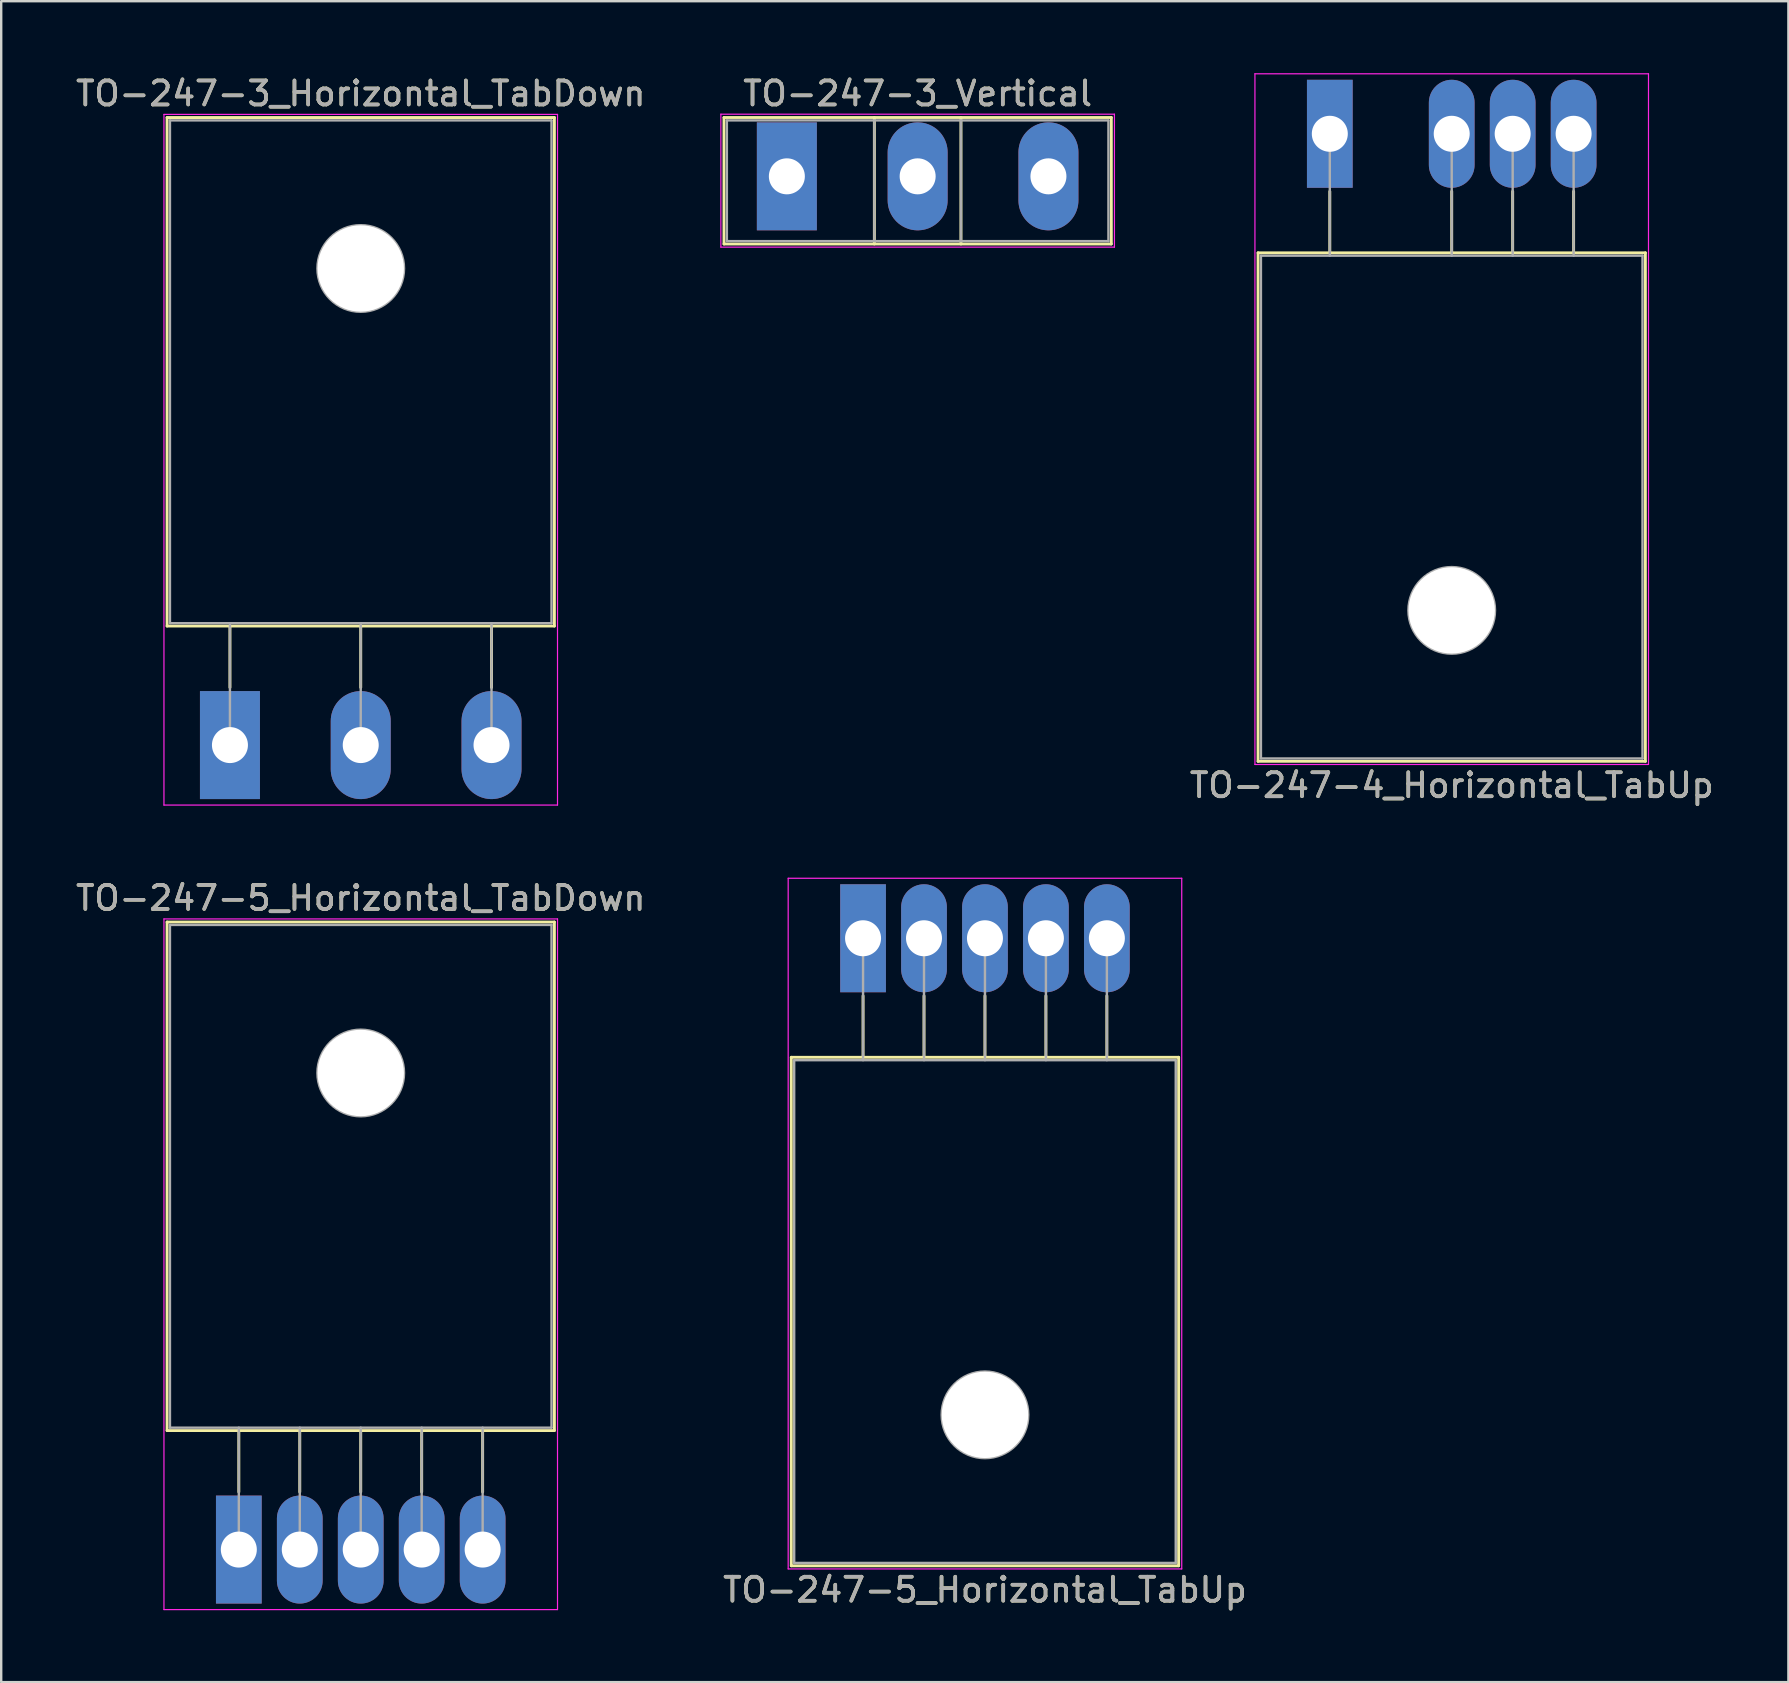
<source format=kicad_pcb>
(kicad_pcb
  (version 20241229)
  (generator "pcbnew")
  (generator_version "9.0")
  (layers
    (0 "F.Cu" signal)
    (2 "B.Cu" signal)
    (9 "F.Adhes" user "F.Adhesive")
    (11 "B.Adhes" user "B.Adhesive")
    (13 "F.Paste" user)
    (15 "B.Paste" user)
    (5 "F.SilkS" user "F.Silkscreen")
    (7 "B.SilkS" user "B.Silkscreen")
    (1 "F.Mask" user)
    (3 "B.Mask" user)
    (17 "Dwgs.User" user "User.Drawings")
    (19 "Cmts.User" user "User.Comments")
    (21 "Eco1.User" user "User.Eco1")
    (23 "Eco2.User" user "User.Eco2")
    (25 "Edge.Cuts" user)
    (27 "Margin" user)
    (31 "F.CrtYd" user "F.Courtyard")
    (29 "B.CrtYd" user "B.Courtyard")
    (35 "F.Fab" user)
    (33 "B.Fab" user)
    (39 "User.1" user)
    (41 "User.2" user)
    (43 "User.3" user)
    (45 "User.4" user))
  (footprint "TO-247-3_Horizontal_TabDown"
    (layer "F.Cu")
    (at 6.532 27.998)
    (property "Reference" "TO-247-3_Horizontal_TabDown" (at 5.45 -27.15 0) (layer "F.SilkS") (effects (font (size 1 1) (thickness 0.15))))
    (attr through_hole)
    (fp_line (start -2.62 -26.15) (end -2.62 -4.96) (stroke (width 0.12) (type solid)) (layer "F.SilkS"))
    (fp_line (start -2.62 -26.15) (end 13.52 -26.15) (stroke (width 0.12) (type solid)) (layer "F.SilkS"))
    (fp_line (start -2.62 -4.96) (end 13.52 -4.96) (stroke (width 0.12) (type solid)) (layer "F.SilkS"))
    (fp_line (start 0 -4.96) (end 0 -2.4) (stroke (width 0.12) (type solid)) (layer "F.SilkS"))
    (fp_line (start 5.45 -4.96) (end 5.45 -2.4) (stroke (width 0.12) (type solid)) (layer "F.SilkS"))
    (fp_line (start 10.9 -4.96) (end 10.9 -2.4) (stroke (width 0.12) (type solid)) (layer "F.SilkS"))
    (fp_line (start 13.52 -26.15) (end 13.52 -4.96) (stroke (width 0.12) (type solid)) (layer "F.SilkS"))
    (fp_line (start -2.75 -26.28) (end -2.75 2.5) (stroke (width 0.05) (type solid)) (layer "F.CrtYd"))
    (fp_line (start -2.75 2.5) (end 13.65 2.5) (stroke (width 0.05) (type solid)) (layer "F.CrtYd"))
    (fp_line (start 13.65 -26.28) (end -2.75 -26.28) (stroke (width 0.05) (type solid)) (layer "F.CrtYd"))
    (fp_line (start 13.65 2.5) (end 13.65 -26.28) (stroke (width 0.05) (type solid)) (layer "F.CrtYd"))
    (fp_line (start -2.5 -26.03) (end 13.4 -26.03) (stroke (width 0.1) (type solid)) (layer "F.Fab"))
    (fp_line (start -2.5 -5.08) (end -2.5 -26.03) (stroke (width 0.1) (type solid)) (layer "F.Fab"))
    (fp_line (start 0 -5.08) (end 0 0) (stroke (width 0.1) (type solid)) (layer "F.Fab"))
    (fp_line (start 5.45 -5.08) (end 5.45 0) (stroke (width 0.1) (type solid)) (layer "F.Fab"))
    (fp_line (start 10.9 -5.08) (end 10.9 0) (stroke (width 0.1) (type solid)) (layer "F.Fab"))
    (fp_line (start 13.4 -26.03) (end 13.4 -5.08) (stroke (width 0.1) (type solid)) (layer "F.Fab"))
    (fp_line (start 13.4 -5.08) (end -2.5 -5.08) (stroke (width 0.1) (type solid)) (layer "F.Fab"))
    (fp_circle (center 5.45 -19.86) (end 7.255 -19.86) (stroke (width 0.1) (type solid)) (fill no) (layer "F.Fab"))
    (fp_text user "${REFERENCE}" (at 5.45 -27.15 0) (layer "F.Fab") (effects (font (size 1 1) (thickness 0.15))))
    (pad "" np_thru_hole oval (at 5.45 -19.86) (size 3.6 3.6) (drill 3.6) (layers "*.Cu" "*.Mask"))
    (pad "1" thru_hole rect (at 0 0) (size 2.5 4.5) (drill 1.5) (layers "*.Cu" "*.Mask"))
    (pad "2" thru_hole oval (at 5.45 0) (size 2.5 4.5) (drill 1.5) (layers "*.Cu" "*.Mask"))
    (pad "3" thru_hole oval (at 10.9 0) (size 2.5 4.5) (drill 1.5) (layers "*.Cu" "*.Mask")))
  (footprint "TO-247-5_Horizontal_TabDown"
    (layer "F.Cu")
    (at 6.902 61.522)
    (property "Reference" "TO-247-5_Horizontal_TabDown" (at 5.08 -27.15 0) (layer "F.SilkS") (effects (font (size 1 1) (thickness 0.15))))
    (attr through_hole)
    (fp_line (start -2.99 -26.15) (end -2.99 -4.96) (stroke (width 0.12) (type solid)) (layer "F.SilkS"))
    (fp_line (start -2.99 -26.15) (end 13.15 -26.15) (stroke (width 0.12) (type solid)) (layer "F.SilkS"))
    (fp_line (start -2.99 -4.96) (end 13.15 -4.96) (stroke (width 0.12) (type solid)) (layer "F.SilkS"))
    (fp_line (start 0 -4.96) (end 0 -2.4) (stroke (width 0.12) (type solid)) (layer "F.SilkS"))
    (fp_line (start 2.54 -4.96) (end 2.54 -2.4) (stroke (width 0.12) (type solid)) (layer "F.SilkS"))
    (fp_line (start 5.08 -4.96) (end 5.08 -2.4) (stroke (width 0.12) (type solid)) (layer "F.SilkS"))
    (fp_line (start 7.62 -4.96) (end 7.62 -2.4) (stroke (width 0.12) (type solid)) (layer "F.SilkS"))
    (fp_line (start 10.16 -4.96) (end 10.16 -2.4) (stroke (width 0.12) (type solid)) (layer "F.SilkS"))
    (fp_line (start 13.15 -26.15) (end 13.15 -4.96) (stroke (width 0.12) (type solid)) (layer "F.SilkS"))
    (fp_line (start -3.12 -26.28) (end -3.12 2.5) (stroke (width 0.05) (type solid)) (layer "F.CrtYd"))
    (fp_line (start -3.12 2.5) (end 13.28 2.5) (stroke (width 0.05) (type solid)) (layer "F.CrtYd"))
    (fp_line (start 13.28 -26.28) (end -3.12 -26.28) (stroke (width 0.05) (type solid)) (layer "F.CrtYd"))
    (fp_line (start 13.28 2.5) (end 13.28 -26.28) (stroke (width 0.05) (type solid)) (layer "F.CrtYd"))
    (fp_line (start -2.87 -26.03) (end 13.03 -26.03) (stroke (width 0.1) (type solid)) (layer "F.Fab"))
    (fp_line (start -2.87 -5.08) (end -2.87 -26.03) (stroke (width 0.1) (type solid)) (layer "F.Fab"))
    (fp_line (start 0 -5.08) (end 0 0) (stroke (width 0.1) (type solid)) (layer "F.Fab"))
    (fp_line (start 2.54 -5.08) (end 2.54 0) (stroke (width 0.1) (type solid)) (layer "F.Fab"))
    (fp_line (start 5.08 -5.08) (end 5.08 0) (stroke (width 0.1) (type solid)) (layer "F.Fab"))
    (fp_line (start 7.62 -5.08) (end 7.62 0) (stroke (width 0.1) (type solid)) (layer "F.Fab"))
    (fp_line (start 10.16 -5.08) (end 10.16 0) (stroke (width 0.1) (type solid)) (layer "F.Fab"))
    (fp_line (start 13.03 -26.03) (end 13.03 -5.08) (stroke (width 0.1) (type solid)) (layer "F.Fab"))
    (fp_line (start 13.03 -5.08) (end -2.87 -5.08) (stroke (width 0.1) (type solid)) (layer "F.Fab"))
    (fp_circle (center 5.08 -19.86) (end 6.885 -19.86) (stroke (width 0.1) (type solid)) (fill no) (layer "F.Fab"))
    (fp_text user "${REFERENCE}" (at 5.08 -27.15 0) (layer "F.Fab") (effects (font (size 1 1) (thickness 0.15))))
    (pad "" np_thru_hole oval (at 5.08 -19.86) (size 3.6 3.6) (drill 3.6) (layers "*.Cu" "*.Mask"))
    (pad "1" thru_hole rect (at 0 0) (size 1.905 4.5) (drill 1.5) (layers "*.Cu" "*.Mask"))
    (pad "2" thru_hole oval (at 2.54 0) (size 1.905 4.5) (drill 1.5) (layers "*.Cu" "*.Mask"))
    (pad "3" thru_hole oval (at 5.08 0) (size 1.905 4.5) (drill 1.5) (layers "*.Cu" "*.Mask"))
    (pad "4" thru_hole oval (at 7.62 0) (size 1.905 4.5) (drill 1.5) (layers "*.Cu" "*.Mask"))
    (pad "5" thru_hole oval (at 10.16 0) (size 1.905 4.5) (drill 1.5) (layers "*.Cu" "*.Mask")))
  (footprint "TO-247-4_Horizontal_TabUp"
    (layer "F.Cu")
    (at 52.364 2.525)
    (property "Reference" "TO-247-4_Horizontal_TabUp" (at 5.08 27.15 0) (layer "F.SilkS") (effects (font (size 1 1) (thickness 0.15))))
    (attr through_hole)
    (fp_line (start -2.99 4.96) (end -2.99 26.15) (stroke (width 0.12) (type solid)) (layer "F.SilkS"))
    (fp_line (start -2.99 4.96) (end 13.15 4.96) (stroke (width 0.12) (type solid)) (layer "F.SilkS"))
    (fp_line (start -2.99 26.15) (end 13.15 26.15) (stroke (width 0.12) (type solid)) (layer "F.SilkS"))
    (fp_line (start 0 2.4) (end 0 4.96) (stroke (width 0.12) (type solid)) (layer "F.SilkS"))
    (fp_line (start 5.08 2.4) (end 5.08 4.96) (stroke (width 0.12) (type solid)) (layer "F.SilkS"))
    (fp_line (start 7.62 2.4) (end 7.62 4.96) (stroke (width 0.12) (type solid)) (layer "F.SilkS"))
    (fp_line (start 10.16 2.4) (end 10.16 4.96) (stroke (width 0.12) (type solid)) (layer "F.SilkS"))
    (fp_line (start 13.15 4.96) (end 13.15 26.15) (stroke (width 0.12) (type solid)) (layer "F.SilkS"))
    (fp_line (start -3.12 -2.5) (end -3.12 26.28) (stroke (width 0.05) (type solid)) (layer "F.CrtYd"))
    (fp_line (start -3.12 26.28) (end 13.28 26.28) (stroke (width 0.05) (type solid)) (layer "F.CrtYd"))
    (fp_line (start 13.28 -2.5) (end -3.12 -2.5) (stroke (width 0.05) (type solid)) (layer "F.CrtYd"))
    (fp_line (start 13.28 26.28) (end 13.28 -2.5) (stroke (width 0.05) (type solid)) (layer "F.CrtYd"))
    (fp_line (start -2.87 5.08) (end -2.87 26.03) (stroke (width 0.1) (type solid)) (layer "F.Fab"))
    (fp_line (start -2.87 26.03) (end 13.03 26.03) (stroke (width 0.1) (type solid)) (layer "F.Fab"))
    (fp_line (start 0 5.08) (end 0 0) (stroke (width 0.1) (type solid)) (layer "F.Fab"))
    (fp_line (start 5.08 5.08) (end 5.08 0) (stroke (width 0.1) (type solid)) (layer "F.Fab"))
    (fp_line (start 7.62 5.08) (end 7.62 0) (stroke (width 0.1) (type solid)) (layer "F.Fab"))
    (fp_line (start 10.16 5.08) (end 10.16 0) (stroke (width 0.1) (type solid)) (layer "F.Fab"))
    (fp_line (start 13.03 5.08) (end -2.87 5.08) (stroke (width 0.1) (type solid)) (layer "F.Fab"))
    (fp_line (start 13.03 26.03) (end 13.03 5.08) (stroke (width 0.1) (type solid)) (layer "F.Fab"))
    (fp_circle (center 5.08 19.86) (end 6.885 19.86) (stroke (width 0.1) (type solid)) (fill no) (layer "F.Fab"))
    (fp_text user "${REFERENCE}" (at 5.08 27.15 0) (layer "F.Fab") (effects (font (size 1 1) (thickness 0.15))))
    (pad "" np_thru_hole oval (at 5.08 19.86) (size 3.6 3.6) (drill 3.6) (layers "*.Cu" "*.Mask"))
    (pad "1" thru_hole rect (at 0 0) (size 1.905 4.5) (drill 1.5) (layers "*.Cu" "*.Mask"))
    (pad "2" thru_hole oval (at 5.08 0) (size 1.905 4.5) (drill 1.5) (layers "*.Cu" "*.Mask"))
    (pad "3" thru_hole oval (at 7.62 0) (size 1.905 4.5) (drill 1.5) (layers "*.Cu" "*.Mask"))
    (pad "4" thru_hole oval (at 10.16 0) (size 1.905 4.5) (drill 1.5) (layers "*.Cu" "*.Mask")))
  (footprint "TO-247-3_Vertical"
    (layer "F.Cu")
    (at 29.739 4.298)
    (property "Reference" "TO-247-3_Vertical" (at 5.45 -3.45 0) (layer "F.SilkS") (effects (font (size 1 1) (thickness 0.15))))
    (attr through_hole)
    (fp_line (start -2.62 -2.451) (end -2.62 2.82) (stroke (width 0.12) (type solid)) (layer "F.SilkS"))
    (fp_line (start -2.62 -2.451) (end 13.52 -2.451) (stroke (width 0.12) (type solid)) (layer "F.SilkS"))
    (fp_line (start -2.62 2.82) (end 13.52 2.82) (stroke (width 0.12) (type solid)) (layer "F.SilkS"))
    (fp_line (start 3.646 -2.451) (end 3.646 2.82) (stroke (width 0.12) (type solid)) (layer "F.SilkS"))
    (fp_line (start 7.255 -2.451) (end 7.255 2.82) (stroke (width 0.12) (type solid)) (layer "F.SilkS"))
    (fp_line (start 13.52 -2.451) (end 13.52 2.82) (stroke (width 0.12) (type solid)) (layer "F.SilkS"))
    (fp_line (start -2.75 -2.59) (end -2.75 2.95) (stroke (width 0.05) (type solid)) (layer "F.CrtYd"))
    (fp_line (start -2.75 2.95) (end 13.65 2.95) (stroke (width 0.05) (type solid)) (layer "F.CrtYd"))
    (fp_line (start 13.65 -2.59) (end -2.75 -2.59) (stroke (width 0.05) (type solid)) (layer "F.CrtYd"))
    (fp_line (start 13.65 2.95) (end 13.65 -2.59) (stroke (width 0.05) (type solid)) (layer "F.CrtYd"))
    (fp_line (start -2.5 -2.33) (end -2.5 2.7) (stroke (width 0.1) (type solid)) (layer "F.Fab"))
    (fp_line (start -2.5 2.7) (end 13.4 2.7) (stroke (width 0.1) (type solid)) (layer "F.Fab"))
    (fp_line (start 3.645 -2.33) (end 3.645 2.7) (stroke (width 0.1) (type solid)) (layer "F.Fab"))
    (fp_line (start 7.255 -2.33) (end 7.255 2.7) (stroke (width 0.1) (type solid)) (layer "F.Fab"))
    (fp_line (start 13.4 -2.33) (end -2.5 -2.33) (stroke (width 0.1) (type solid)) (layer "F.Fab"))
    (fp_line (start 13.4 2.7) (end 13.4 -2.33) (stroke (width 0.1) (type solid)) (layer "F.Fab"))
    (fp_text user "${REFERENCE}" (at 5.45 -3.45 0) (layer "F.Fab") (effects (font (size 1 1) (thickness 0.15))))
    (pad "1" thru_hole rect (at 0 0) (size 2.5 4.5) (drill 1.5) (layers "*.Cu" "*.Mask"))
    (pad "2" thru_hole oval (at 5.45 0) (size 2.5 4.5) (drill 1.5) (layers "*.Cu" "*.Mask"))
    (pad "3" thru_hole oval (at 10.9 0) (size 2.5 4.5) (drill 1.5) (layers "*.Cu" "*.Mask")))
  (footprint "TO-247-5_Horizontal_TabUp"
    (layer "F.Cu")
    (at 32.914 36.048)
    (property "Reference" "TO-247-5_Horizontal_TabUp" (at 5.08 27.15 0) (layer "F.SilkS") (effects (font (size 1 1) (thickness 0.15))))
    (attr through_hole)
    (fp_line (start -2.99 4.96) (end -2.99 26.15) (stroke (width 0.12) (type solid)) (layer "F.SilkS"))
    (fp_line (start -2.99 4.96) (end 13.15 4.96) (stroke (width 0.12) (type solid)) (layer "F.SilkS"))
    (fp_line (start -2.99 26.15) (end 13.15 26.15) (stroke (width 0.12) (type solid)) (layer "F.SilkS"))
    (fp_line (start 0 2.4) (end 0 4.96) (stroke (width 0.12) (type solid)) (layer "F.SilkS"))
    (fp_line (start 2.54 2.4) (end 2.54 4.96) (stroke (width 0.12) (type solid)) (layer "F.SilkS"))
    (fp_line (start 5.08 2.4) (end 5.08 4.96) (stroke (width 0.12) (type solid)) (layer "F.SilkS"))
    (fp_line (start 7.62 2.4) (end 7.62 4.96) (stroke (width 0.12) (type solid)) (layer "F.SilkS"))
    (fp_line (start 10.16 2.4) (end 10.16 4.96) (stroke (width 0.12) (type solid)) (layer "F.SilkS"))
    (fp_line (start 13.15 4.96) (end 13.15 26.15) (stroke (width 0.12) (type solid)) (layer "F.SilkS"))
    (fp_line (start -3.12 -2.5) (end -3.12 26.28) (stroke (width 0.05) (type solid)) (layer "F.CrtYd"))
    (fp_line (start -3.12 26.28) (end 13.28 26.28) (stroke (width 0.05) (type solid)) (layer "F.CrtYd"))
    (fp_line (start 13.28 -2.5) (end -3.12 -2.5) (stroke (width 0.05) (type solid)) (layer "F.CrtYd"))
    (fp_line (start 13.28 26.28) (end 13.28 -2.5) (stroke (width 0.05) (type solid)) (layer "F.CrtYd"))
    (fp_line (start -2.87 5.08) (end -2.87 26.03) (stroke (width 0.1) (type solid)) (layer "F.Fab"))
    (fp_line (start -2.87 26.03) (end 13.03 26.03) (stroke (width 0.1) (type solid)) (layer "F.Fab"))
    (fp_line (start 0 5.08) (end 0 0) (stroke (width 0.1) (type solid)) (layer "F.Fab"))
    (fp_line (start 2.54 5.08) (end 2.54 0) (stroke (width 0.1) (type solid)) (layer "F.Fab"))
    (fp_line (start 5.08 5.08) (end 5.08 0) (stroke (width 0.1) (type solid)) (layer "F.Fab"))
    (fp_line (start 7.62 5.08) (end 7.62 0) (stroke (width 0.1) (type solid)) (layer "F.Fab"))
    (fp_line (start 10.16 5.08) (end 10.16 0) (stroke (width 0.1) (type solid)) (layer "F.Fab"))
    (fp_line (start 13.03 5.08) (end -2.87 5.08) (stroke (width 0.1) (type solid)) (layer "F.Fab"))
    (fp_line (start 13.03 26.03) (end 13.03 5.08) (stroke (width 0.1) (type solid)) (layer "F.Fab"))
    (fp_circle (center 5.08 19.86) (end 6.885 19.86) (stroke (width 0.1) (type solid)) (fill no) (layer "F.Fab"))
    (fp_text user "${REFERENCE}" (at 5.08 27.15 0) (layer "F.Fab") (effects (font (size 1 1) (thickness 0.15))))
    (pad "" np_thru_hole oval (at 5.08 19.86) (size 3.6 3.6) (drill 3.6) (layers "*.Cu" "*.Mask"))
    (pad "1" thru_hole rect (at 0 0) (size 1.905 4.5) (drill 1.5) (layers "*.Cu" "*.Mask"))
    (pad "2" thru_hole oval (at 2.54 0) (size 1.905 4.5) (drill 1.5) (layers "*.Cu" "*.Mask"))
    (pad "3" thru_hole oval (at 5.08 0) (size 1.905 4.5) (drill 1.5) (layers "*.Cu" "*.Mask"))
    (pad "4" thru_hole oval (at 7.62 0) (size 1.905 4.5) (drill 1.5) (layers "*.Cu" "*.Mask"))
    (pad "5" thru_hole oval (at 10.16 0) (size 1.905 4.5) (drill 1.5) (layers "*.Cu" "*.Mask")))
  (gr_rect
    (start -3 -3)
    (end 71.474 67.046)
    (stroke (width 0.1) (type default))
    (fill no)
    (layer "Edge.Cuts")))
</source>
